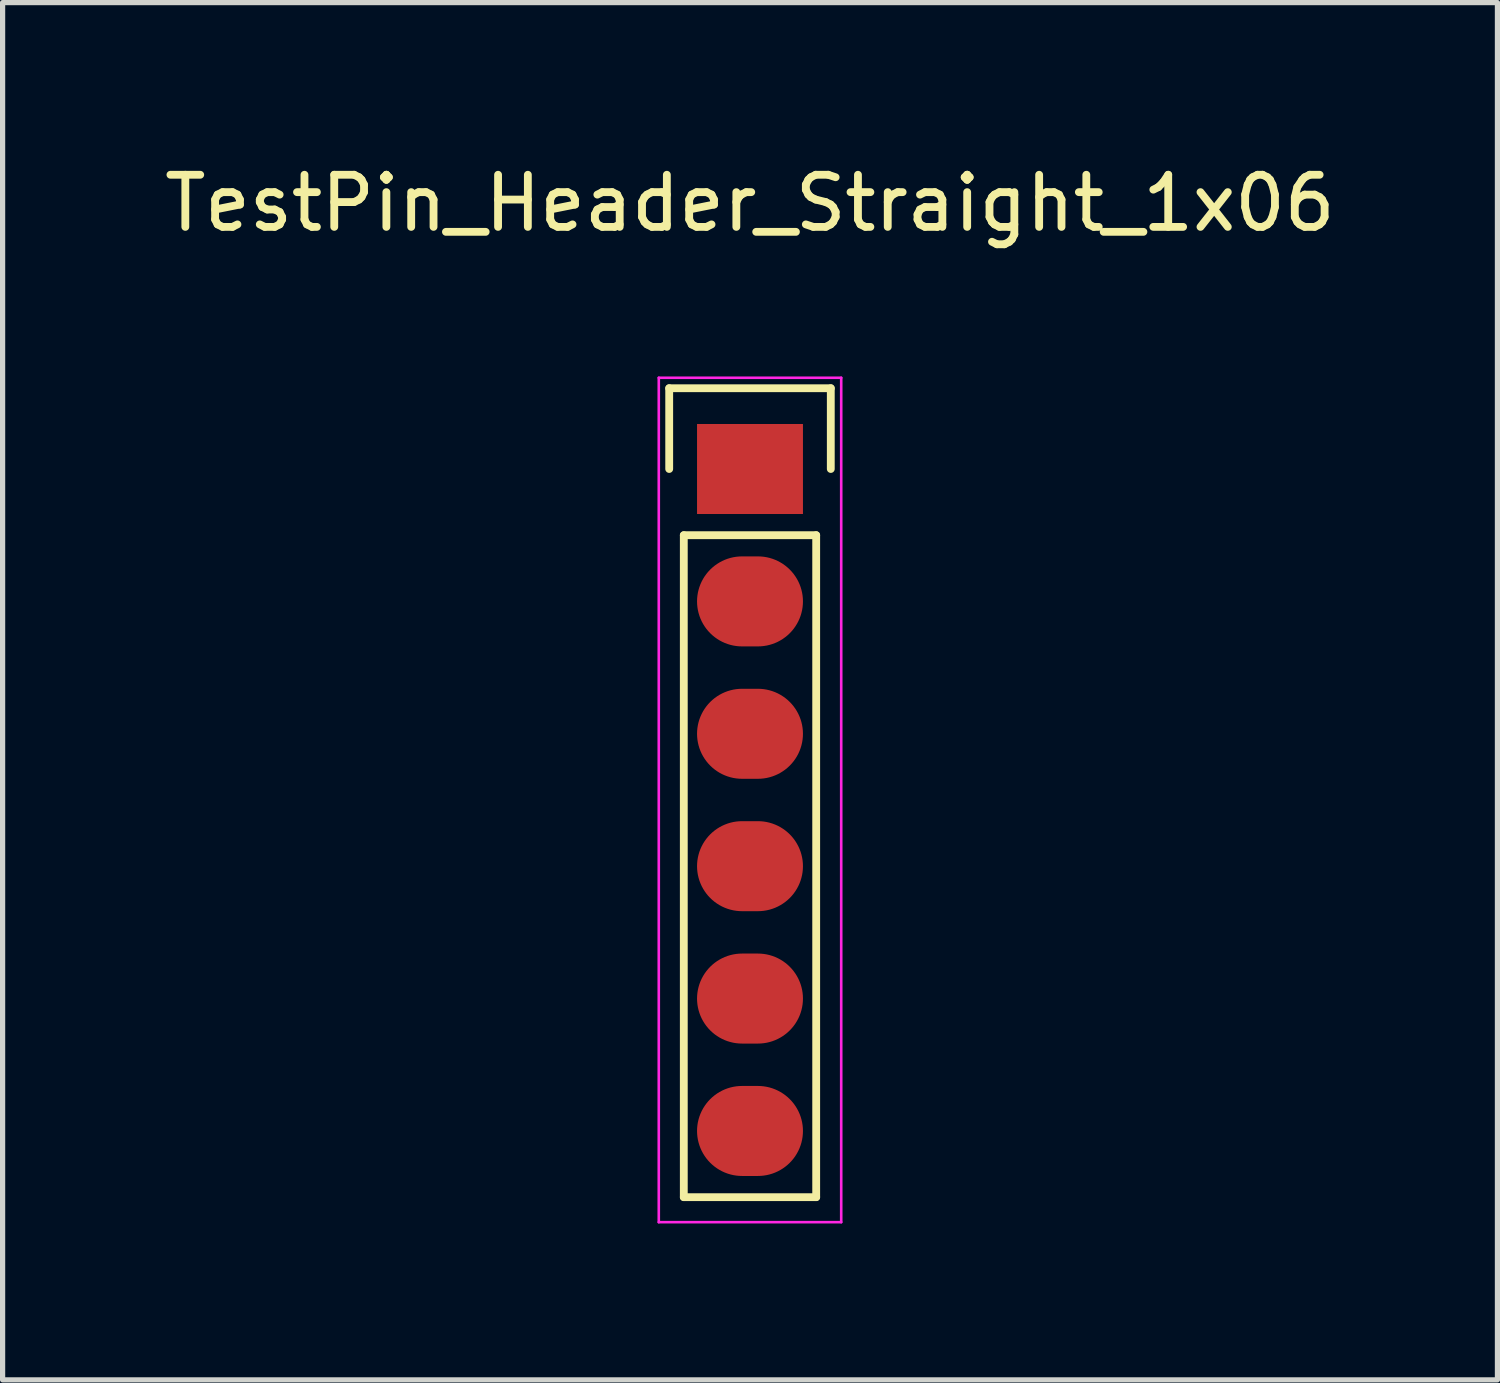
<source format=kicad_pcb>
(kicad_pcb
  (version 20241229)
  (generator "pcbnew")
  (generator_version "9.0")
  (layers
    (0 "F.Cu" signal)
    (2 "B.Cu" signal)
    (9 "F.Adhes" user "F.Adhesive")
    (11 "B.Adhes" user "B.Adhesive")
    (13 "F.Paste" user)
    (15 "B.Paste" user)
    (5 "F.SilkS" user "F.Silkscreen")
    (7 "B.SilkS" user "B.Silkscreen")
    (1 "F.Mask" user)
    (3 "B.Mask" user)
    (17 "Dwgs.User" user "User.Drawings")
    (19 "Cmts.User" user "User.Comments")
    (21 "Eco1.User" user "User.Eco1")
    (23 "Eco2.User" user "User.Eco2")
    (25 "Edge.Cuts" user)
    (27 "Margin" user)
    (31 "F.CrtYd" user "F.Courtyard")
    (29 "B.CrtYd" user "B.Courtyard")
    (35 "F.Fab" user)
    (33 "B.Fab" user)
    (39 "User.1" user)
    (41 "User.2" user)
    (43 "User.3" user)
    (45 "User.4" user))
  (footprint "TestPin_Header_Straight_1x06"
    (layer "F.Cu")
    (at 11.339 5.948)
    (property "Reference" "TestPin_Header_Straight_1x06" (at 0 -5.1 0) (layer "F.SilkS") (effects (font (size 1 1) (thickness 0.15))))
    (attr through_hole)
    (fp_line (start -1.55 -1.55) (end 1.55 -1.55) (stroke (width 0.15) (type solid)) (layer "F.SilkS"))
    (fp_line (start -1.55 0) (end -1.55 -1.55) (stroke (width 0.15) (type solid)) (layer "F.SilkS"))
    (fp_line (start -1.27 13.97) (end -1.27 1.27) (stroke (width 0.15) (type solid)) (layer "F.SilkS"))
    (fp_line (start 1.27 1.27) (end -1.27 1.27) (stroke (width 0.15) (type solid)) (layer "F.SilkS"))
    (fp_line (start 1.27 1.27) (end 1.27 13.97) (stroke (width 0.15) (type solid)) (layer "F.SilkS"))
    (fp_line (start 1.27 13.97) (end -1.27 13.97) (stroke (width 0.15) (type solid)) (layer "F.SilkS"))
    (fp_line (start 1.55 -1.55) (end 1.55 0) (stroke (width 0.15) (type solid)) (layer "F.SilkS"))
    (fp_line (start -1.75 -1.75) (end -1.75 14.45) (stroke (width 0.05) (type solid)) (layer "F.CrtYd"))
    (fp_line (start -1.75 -1.75) (end 1.75 -1.75) (stroke (width 0.05) (type solid)) (layer "F.CrtYd"))
    (fp_line (start -1.75 14.45) (end 1.75 14.45) (stroke (width 0.05) (type solid)) (layer "F.CrtYd"))
    (fp_line (start 1.75 -1.75) (end 1.75 14.45) (stroke (width 0.05) (type solid)) (layer "F.CrtYd"))
    (pad "1" smd rect (at 0 0) (size 2.032 1.727) (layers "F.Cu" "F.Mask" "F.Paste"))
    (pad "2" smd oval (at 0 2.54) (size 2.032 1.727) (layers "F.Cu" "F.Mask" "F.Paste"))
    (pad "3" smd oval (at 0 5.08) (size 2.032 1.727) (layers "F.Cu" "F.Mask" "F.Paste"))
    (pad "4" smd oval (at 0 7.62) (size 2.032 1.727) (layers "F.Cu" "F.Mask" "F.Paste"))
    (pad "5" smd oval (at 0 10.16) (size 2.032 1.727) (layers "F.Cu" "F.Mask" "F.Paste"))
    (pad "6" smd oval (at 0 12.7) (size 2.032 1.727) (layers "F.Cu" "F.Mask" "F.Paste")))
  (gr_rect
    (start -3 -3)
    (end 25.679 23.423)
    (stroke (width 0.1) (type default))
    (fill no)
    (layer "Edge.Cuts")))
</source>
